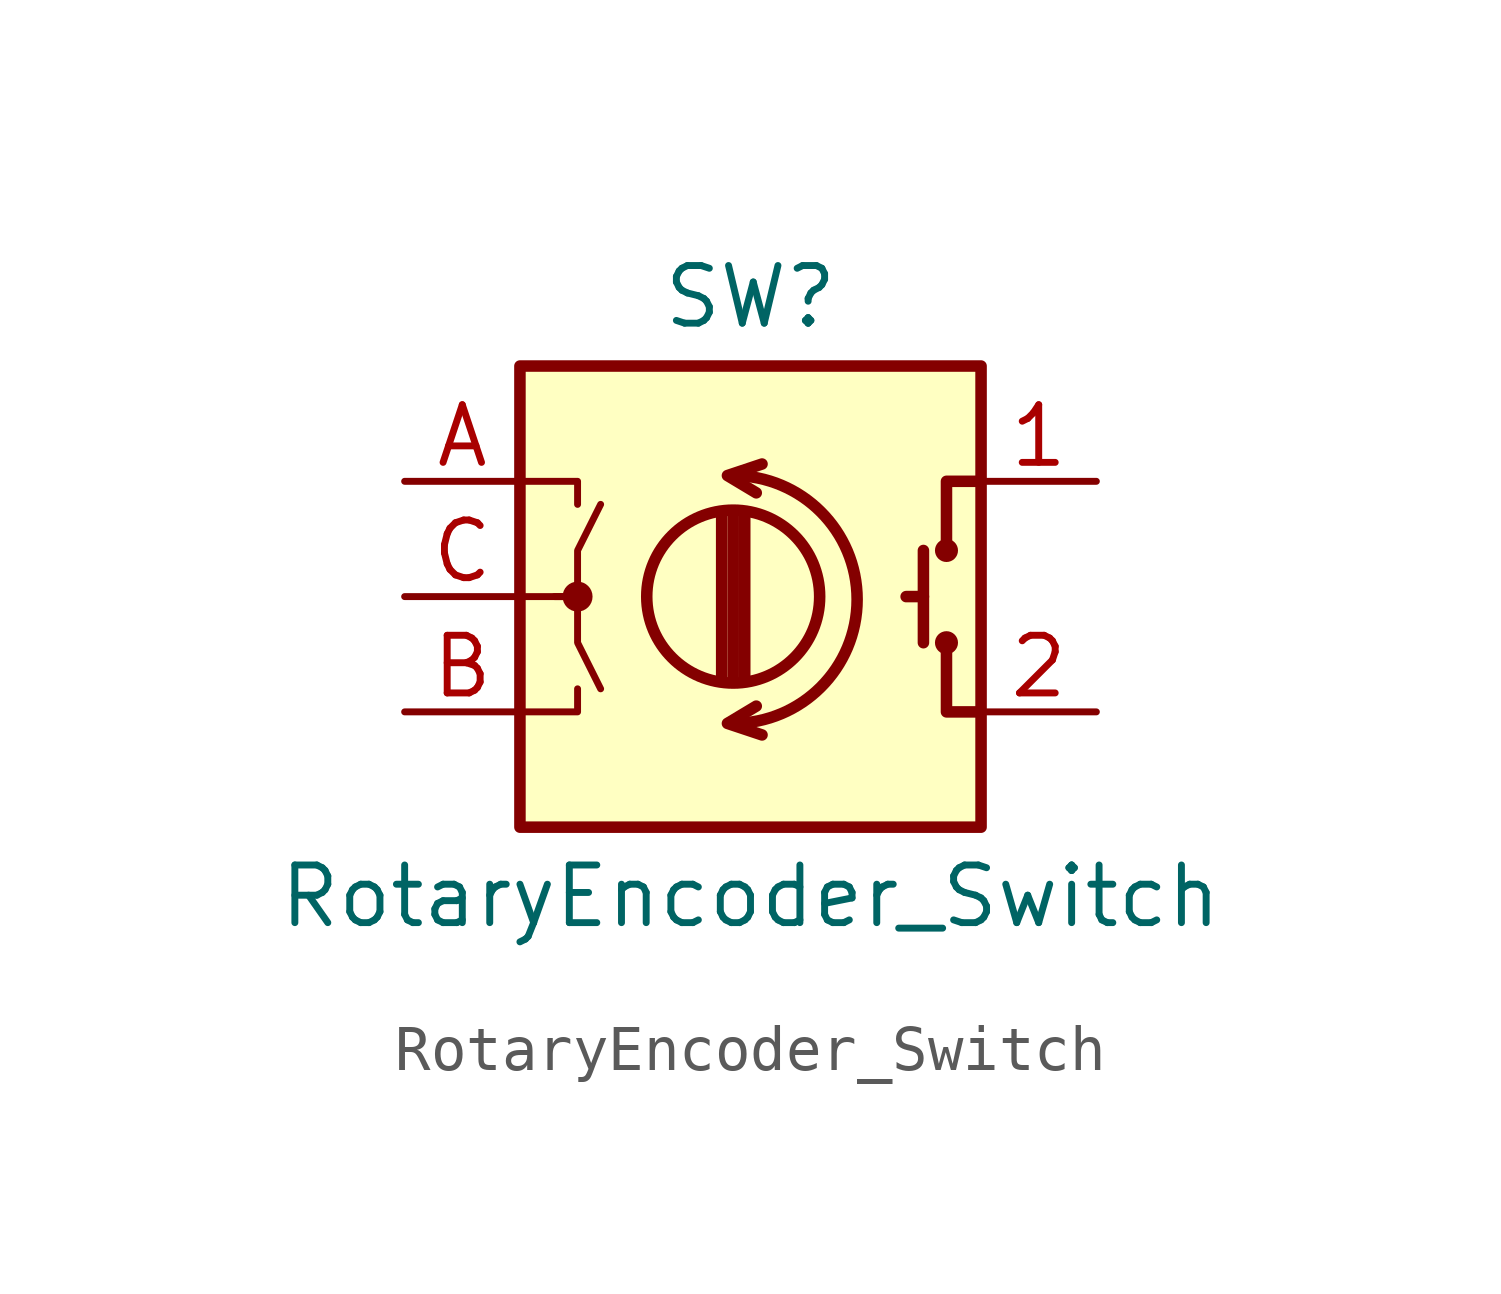
<source format=kicad_sym>
(kicad_symbol_lib
  (version 20211014)
  (generator kicad_symbol_editor)
  (symbol "RotaryEncoder_Switch"
    (pin_names
      (offset 0.254) hide)
    (property "Reference" "SW"
      (at 0 6.604 0)
      (effects (font (size 1.27 1.27))))
    (property "Value" "RotaryEncoder_Switch"
      (at 0 -6.604 0)
      (effects (font (size 1.27 1.27))))
    (symbol "RotaryEncoder_Switch_0_1"
      (rectangle (start -5.08 5.08) (end 5.08 -5.08) (stroke (width 0.254) (type default) (color 0 0 0 0)) (fill (type background)))
      (circle (center -3.81 0) (radius 0.254) (stroke (width 0) (type default) (color 0 0 0 0)) (fill (type outline)))
      (arc (start -0.381 -2.794) (mid 2.3622 -0.0508) (end -0.381 2.667) (stroke (width 0.254) (type default) (color 0 0 0 0)) (fill (type none)))
      (circle (center -0.381 0) (radius 1.905) (stroke (width 0.254) (type default) (color 0 0 0 0)) (fill (type none)))
      (polyline (pts (xy -0.635 -1.778) (xy -0.635 1.778)) (stroke (width 0.254) (type default) (color 0 0 0 0)) (fill (type none)))
      (polyline (pts (xy -0.381 -1.778) (xy -0.381 1.778)) (stroke (width 0.254) (type default) (color 0 0 0 0)) (fill (type none)))
      (polyline (pts (xy -0.127 1.778) (xy -0.127 -1.778)) (stroke (width 0.254) (type default) (color 0 0 0 0)) (fill (type none)))
      (polyline (pts (xy 3.81 0) (xy 3.429 0)) (stroke (width 0.254) (type default) (color 0 0 0 0)) (fill (type none)))
      (polyline (pts (xy 3.81 1.016) (xy 3.81 -1.016)) (stroke (width 0.254) (type default) (color 0 0 0 0)) (fill (type none)))
      (polyline (pts (xy -5.08 -2.54) (xy -3.81 -2.54) (xy -3.81 -2.032)) (stroke (width 0) (type default) (color 0 0 0 0)) (fill (type none)))
      (polyline (pts (xy -5.08 2.54) (xy -3.81 2.54) (xy -3.81 2.032)) (stroke (width 0) (type default) (color 0 0 0 0)) (fill (type none)))
      (polyline (pts (xy 0.254 -3.048) (xy -0.508 -2.794) (xy 0.127 -2.413)) (stroke (width 0.254) (type default) (color 0 0 0 0)) (fill (type none)))
      (polyline (pts (xy 0.254 2.921) (xy -0.508 2.667) (xy 0.127 2.286)) (stroke (width 0.254) (type default) (color 0 0 0 0)) (fill (type none)))
      (polyline (pts (xy 5.08 -2.54) (xy 4.318 -2.54) (xy 4.318 -1.016)) (stroke (width 0.254) (type default) (color 0 0 0 0)) (fill (type none)))
      (polyline (pts (xy 5.08 2.54) (xy 4.318 2.54) (xy 4.318 1.016)) (stroke (width 0.254) (type default) (color 0 0 0 0)) (fill (type none)))
      (polyline (pts (xy -5.08 0) (xy -3.81 0) (xy -3.81 -1.016) (xy -3.302 -2.032)) (stroke (width 0) (type default) (color 0 0 0 0)) (fill (type none)))
      (polyline (pts (xy -4.318 0) (xy -3.81 0) (xy -3.81 1.016) (xy -3.302 2.032)) (stroke (width 0) (type default) (color 0 0 0 0)) (fill (type none)))
      (circle (center 4.318 -1.016) (radius 0.127) (stroke (width 0.254) (type default) (color 0 0 0 0)) (fill (type none)))
      (circle (center 4.318 1.016) (radius 0.127) (stroke (width 0.254) (type default) (color 0 0 0 0)) (fill (type none))))
    (symbol "RotaryEncoder_Switch_1_1"
      (pin passive line (at 7.62 2.54 180) (length 2.54) (name "1" (effects (font (size 1.27 1.27)))) (number "1" (effects (font (size 1.27 1.27)))))
      (pin passive line (at 7.62 -2.54 180) (length 2.54) (name "2" (effects (font (size 1.27 1.27)))) (number "2" (effects (font (size 1.27 1.27)))))
      (pin passive line (at -7.62 2.54 0) (length 2.54) (name "A" (effects (font (size 1.27 1.27)))) (number "A" (effects (font (size 1.27 1.27)))))
      (pin passive line (at -7.62 -2.54 0) (length 2.54) (name "B" (effects (font (size 1.27 1.27)))) (number "B" (effects (font (size 1.27 1.27)))))
      (pin passive line (at -7.62 0 0) (length 2.54) (name "C" (effects (font (size 1.27 1.27)))) (number "C" (effects (font (size 1.27 1.27))))))))
</source>
